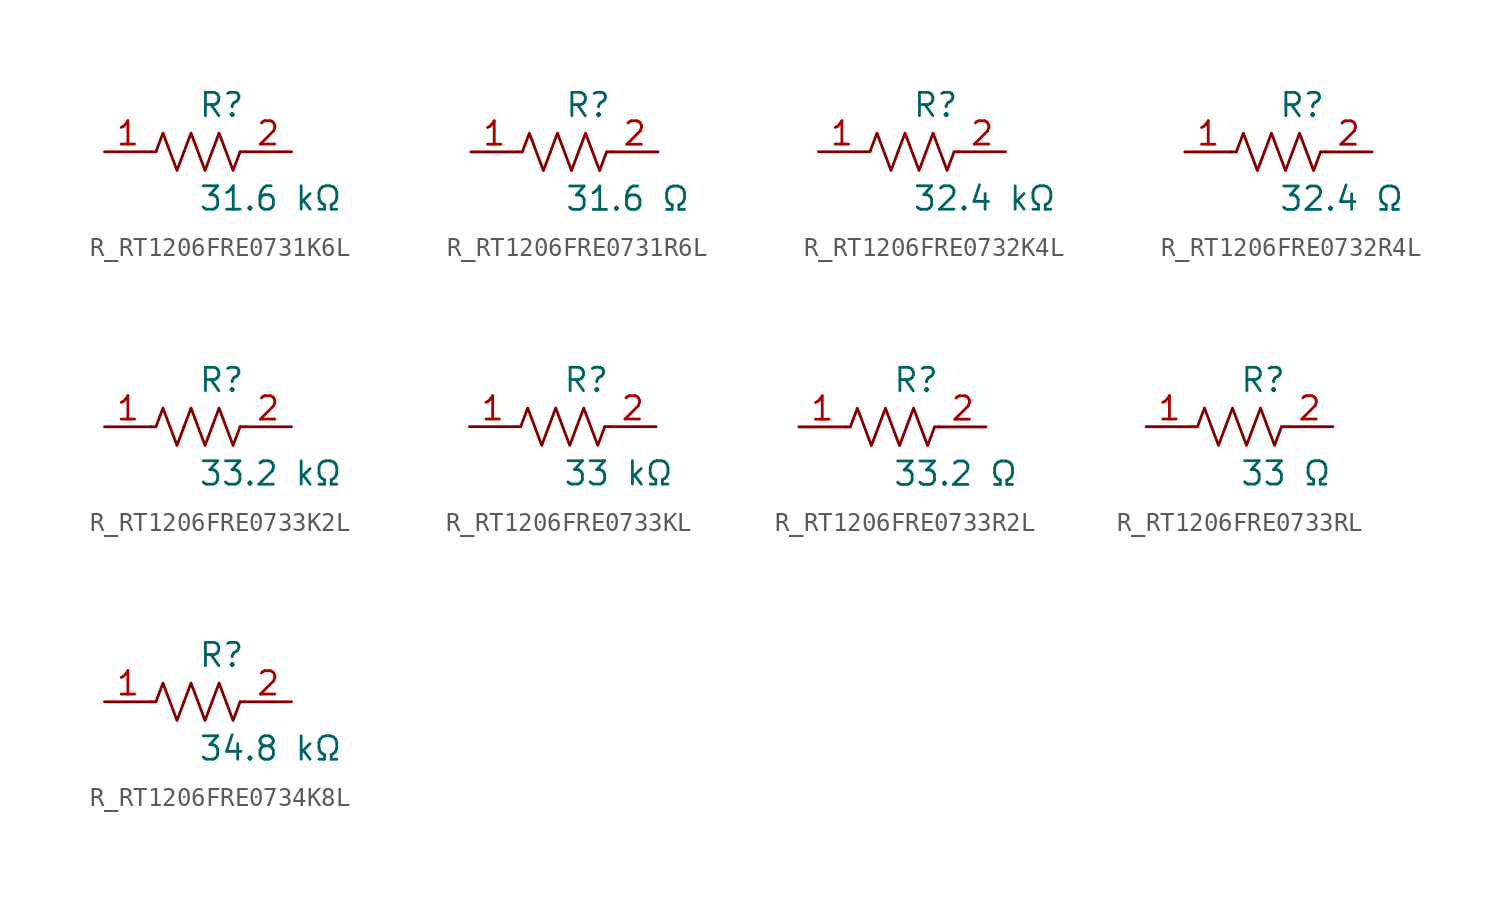
<source format=kicad_sym>
(kicad_symbol_lib
  (version 20231120)
  (generator kicad_symbol_editor)
  (generator_version 8.0)
  (symbol "R_RT1206FRE0731K6L"
    (pin_names
      (offset 0.254))
    (property "Reference" "R"
      (at 0 2.54 0)
      (effects (font (size 1.27 1.27)) (justify left)))
    (property "Value" "31.6 kΩ"
      (at 0 -2.54 0)
      (effects (font (size 1.27 1.27)) (justify left)))
    (symbol "R_RT1206FRE0731K6L_0_1"
      (polyline (pts (xy 2.286 0) (xy 2.54 0)) (stroke (width 0) (type default)) (fill (type none)))
      (polyline (pts (xy -2.286 0) (xy -2.54 0)) (stroke (width 0) (type default)) (fill (type none)))
      (polyline (pts (xy 0.762 0) (xy 1.143 1.016) (xy 1.524 0) (xy 1.905 -1.016) (xy 2.286 0)) (stroke (width 0) (type default)) (fill (type none)))
      (polyline (pts (xy -0.762 0) (xy -0.381 1.016) (xy 0 0) (xy 0.381 -1.016) (xy 0.762 0)) (stroke (width 0) (type default)) (fill (type none)))
      (polyline (pts (xy -2.286 0) (xy -1.905 1.016) (xy -1.524 0) (xy -1.143 -1.016) (xy -0.762 0)) (stroke (width 0) (type default)) (fill (type none))))
    (pin unspecified line
      (at -5.08 0 0)
      (length 2.54)
      (name "" (effects (font (size 1.27 1.27))))
      (number "1" (effects (font (size 1.27 1.27)))))
    (pin unspecified line
      (at 5.08 0 180)
      (length 2.54)
      (name "" (effects (font (size 1.27 1.27))))
      (number "2" (effects (font (size 1.27 1.27))))))
  (symbol "R_RT1206FRE0731R6L"
    (pin_names
      (offset 0.254))
    (property "Reference" "R"
      (at 0 2.54 0)
      (effects (font (size 1.27 1.27)) (justify left)))
    (property "Value" "31.6 Ω"
      (at 0 -2.54 0)
      (effects (font (size 1.27 1.27)) (justify left)))
    (symbol "R_RT1206FRE0731R6L_0_1"
      (polyline (pts (xy 2.286 0) (xy 2.54 0)) (stroke (width 0) (type default)) (fill (type none)))
      (polyline (pts (xy -2.286 0) (xy -2.54 0)) (stroke (width 0) (type default)) (fill (type none)))
      (polyline (pts (xy 0.762 0) (xy 1.143 1.016) (xy 1.524 0) (xy 1.905 -1.016) (xy 2.286 0)) (stroke (width 0) (type default)) (fill (type none)))
      (polyline (pts (xy -0.762 0) (xy -0.381 1.016) (xy 0 0) (xy 0.381 -1.016) (xy 0.762 0)) (stroke (width 0) (type default)) (fill (type none)))
      (polyline (pts (xy -2.286 0) (xy -1.905 1.016) (xy -1.524 0) (xy -1.143 -1.016) (xy -0.762 0)) (stroke (width 0) (type default)) (fill (type none))))
    (pin unspecified line
      (at -5.08 0 0)
      (length 2.54)
      (name "" (effects (font (size 1.27 1.27))))
      (number "1" (effects (font (size 1.27 1.27)))))
    (pin unspecified line
      (at 5.08 0 180)
      (length 2.54)
      (name "" (effects (font (size 1.27 1.27))))
      (number "2" (effects (font (size 1.27 1.27))))))
  (symbol "R_RT1206FRE0732K4L"
    (pin_names
      (offset 0.254))
    (property "Reference" "R"
      (at 0 2.54 0)
      (effects (font (size 1.27 1.27)) (justify left)))
    (property "Value" "32.4 kΩ"
      (at 0 -2.54 0)
      (effects (font (size 1.27 1.27)) (justify left)))
    (symbol "R_RT1206FRE0732K4L_0_1"
      (polyline (pts (xy 2.286 0) (xy 2.54 0)) (stroke (width 0) (type default)) (fill (type none)))
      (polyline (pts (xy -2.286 0) (xy -2.54 0)) (stroke (width 0) (type default)) (fill (type none)))
      (polyline (pts (xy 0.762 0) (xy 1.143 1.016) (xy 1.524 0) (xy 1.905 -1.016) (xy 2.286 0)) (stroke (width 0) (type default)) (fill (type none)))
      (polyline (pts (xy -0.762 0) (xy -0.381 1.016) (xy 0 0) (xy 0.381 -1.016) (xy 0.762 0)) (stroke (width 0) (type default)) (fill (type none)))
      (polyline (pts (xy -2.286 0) (xy -1.905 1.016) (xy -1.524 0) (xy -1.143 -1.016) (xy -0.762 0)) (stroke (width 0) (type default)) (fill (type none))))
    (pin unspecified line
      (at -5.08 0 0)
      (length 2.54)
      (name "" (effects (font (size 1.27 1.27))))
      (number "1" (effects (font (size 1.27 1.27)))))
    (pin unspecified line
      (at 5.08 0 180)
      (length 2.54)
      (name "" (effects (font (size 1.27 1.27))))
      (number "2" (effects (font (size 1.27 1.27))))))
  (symbol "R_RT1206FRE0732R4L"
    (pin_names
      (offset 0.254))
    (property "Reference" "R"
      (at 0 2.54 0)
      (effects (font (size 1.27 1.27)) (justify left)))
    (property "Value" "32.4 Ω"
      (at 0 -2.54 0)
      (effects (font (size 1.27 1.27)) (justify left)))
    (symbol "R_RT1206FRE0732R4L_0_1"
      (polyline (pts (xy 2.286 0) (xy 2.54 0)) (stroke (width 0) (type default)) (fill (type none)))
      (polyline (pts (xy -2.286 0) (xy -2.54 0)) (stroke (width 0) (type default)) (fill (type none)))
      (polyline (pts (xy 0.762 0) (xy 1.143 1.016) (xy 1.524 0) (xy 1.905 -1.016) (xy 2.286 0)) (stroke (width 0) (type default)) (fill (type none)))
      (polyline (pts (xy -0.762 0) (xy -0.381 1.016) (xy 0 0) (xy 0.381 -1.016) (xy 0.762 0)) (stroke (width 0) (type default)) (fill (type none)))
      (polyline (pts (xy -2.286 0) (xy -1.905 1.016) (xy -1.524 0) (xy -1.143 -1.016) (xy -0.762 0)) (stroke (width 0) (type default)) (fill (type none))))
    (pin unspecified line
      (at -5.08 0 0)
      (length 2.54)
      (name "" (effects (font (size 1.27 1.27))))
      (number "1" (effects (font (size 1.27 1.27)))))
    (pin unspecified line
      (at 5.08 0 180)
      (length 2.54)
      (name "" (effects (font (size 1.27 1.27))))
      (number "2" (effects (font (size 1.27 1.27))))))
  (symbol "R_RT1206FRE0733K2L"
    (pin_names
      (offset 0.254))
    (property "Reference" "R"
      (at 0 2.54 0)
      (effects (font (size 1.27 1.27)) (justify left)))
    (property "Value" "33.2 kΩ"
      (at 0 -2.54 0)
      (effects (font (size 1.27 1.27)) (justify left)))
    (symbol "R_RT1206FRE0733K2L_0_1"
      (polyline (pts (xy 2.286 0) (xy 2.54 0)) (stroke (width 0) (type default)) (fill (type none)))
      (polyline (pts (xy -2.286 0) (xy -2.54 0)) (stroke (width 0) (type default)) (fill (type none)))
      (polyline (pts (xy 0.762 0) (xy 1.143 1.016) (xy 1.524 0) (xy 1.905 -1.016) (xy 2.286 0)) (stroke (width 0) (type default)) (fill (type none)))
      (polyline (pts (xy -0.762 0) (xy -0.381 1.016) (xy 0 0) (xy 0.381 -1.016) (xy 0.762 0)) (stroke (width 0) (type default)) (fill (type none)))
      (polyline (pts (xy -2.286 0) (xy -1.905 1.016) (xy -1.524 0) (xy -1.143 -1.016) (xy -0.762 0)) (stroke (width 0) (type default)) (fill (type none))))
    (pin unspecified line
      (at -5.08 0 0)
      (length 2.54)
      (name "" (effects (font (size 1.27 1.27))))
      (number "1" (effects (font (size 1.27 1.27)))))
    (pin unspecified line
      (at 5.08 0 180)
      (length 2.54)
      (name "" (effects (font (size 1.27 1.27))))
      (number "2" (effects (font (size 1.27 1.27))))))
  (symbol "R_RT1206FRE0733KL"
    (pin_names
      (offset 0.254))
    (property "Reference" "R"
      (at 0 2.54 0)
      (effects (font (size 1.27 1.27)) (justify left)))
    (property "Value" "33 kΩ"
      (at 0 -2.54 0)
      (effects (font (size 1.27 1.27)) (justify left)))
    (symbol "R_RT1206FRE0733KL_0_1"
      (polyline (pts (xy 2.286 0) (xy 2.54 0)) (stroke (width 0) (type default)) (fill (type none)))
      (polyline (pts (xy -2.286 0) (xy -2.54 0)) (stroke (width 0) (type default)) (fill (type none)))
      (polyline (pts (xy 0.762 0) (xy 1.143 1.016) (xy 1.524 0) (xy 1.905 -1.016) (xy 2.286 0)) (stroke (width 0) (type default)) (fill (type none)))
      (polyline (pts (xy -0.762 0) (xy -0.381 1.016) (xy 0 0) (xy 0.381 -1.016) (xy 0.762 0)) (stroke (width 0) (type default)) (fill (type none)))
      (polyline (pts (xy -2.286 0) (xy -1.905 1.016) (xy -1.524 0) (xy -1.143 -1.016) (xy -0.762 0)) (stroke (width 0) (type default)) (fill (type none))))
    (pin unspecified line
      (at -5.08 0 0)
      (length 2.54)
      (name "" (effects (font (size 1.27 1.27))))
      (number "1" (effects (font (size 1.27 1.27)))))
    (pin unspecified line
      (at 5.08 0 180)
      (length 2.54)
      (name "" (effects (font (size 1.27 1.27))))
      (number "2" (effects (font (size 1.27 1.27))))))
  (symbol "R_RT1206FRE0733R2L"
    (pin_names
      (offset 0.254))
    (property "Reference" "R"
      (at 0 2.54 0)
      (effects (font (size 1.27 1.27)) (justify left)))
    (property "Value" "33.2 Ω"
      (at 0 -2.54 0)
      (effects (font (size 1.27 1.27)) (justify left)))
    (symbol "R_RT1206FRE0733R2L_0_1"
      (polyline (pts (xy 2.286 0) (xy 2.54 0)) (stroke (width 0) (type default)) (fill (type none)))
      (polyline (pts (xy -2.286 0) (xy -2.54 0)) (stroke (width 0) (type default)) (fill (type none)))
      (polyline (pts (xy 0.762 0) (xy 1.143 1.016) (xy 1.524 0) (xy 1.905 -1.016) (xy 2.286 0)) (stroke (width 0) (type default)) (fill (type none)))
      (polyline (pts (xy -0.762 0) (xy -0.381 1.016) (xy 0 0) (xy 0.381 -1.016) (xy 0.762 0)) (stroke (width 0) (type default)) (fill (type none)))
      (polyline (pts (xy -2.286 0) (xy -1.905 1.016) (xy -1.524 0) (xy -1.143 -1.016) (xy -0.762 0)) (stroke (width 0) (type default)) (fill (type none))))
    (pin unspecified line
      (at -5.08 0 0)
      (length 2.54)
      (name "" (effects (font (size 1.27 1.27))))
      (number "1" (effects (font (size 1.27 1.27)))))
    (pin unspecified line
      (at 5.08 0 180)
      (length 2.54)
      (name "" (effects (font (size 1.27 1.27))))
      (number "2" (effects (font (size 1.27 1.27))))))
  (symbol "R_RT1206FRE0733RL"
    (pin_names
      (offset 0.254))
    (property "Reference" "R"
      (at 0 2.54 0)
      (effects (font (size 1.27 1.27)) (justify left)))
    (property "Value" "33 Ω"
      (at 0 -2.54 0)
      (effects (font (size 1.27 1.27)) (justify left)))
    (symbol "R_RT1206FRE0733RL_0_1"
      (polyline (pts (xy 2.286 0) (xy 2.54 0)) (stroke (width 0) (type default)) (fill (type none)))
      (polyline (pts (xy -2.286 0) (xy -2.54 0)) (stroke (width 0) (type default)) (fill (type none)))
      (polyline (pts (xy 0.762 0) (xy 1.143 1.016) (xy 1.524 0) (xy 1.905 -1.016) (xy 2.286 0)) (stroke (width 0) (type default)) (fill (type none)))
      (polyline (pts (xy -0.762 0) (xy -0.381 1.016) (xy 0 0) (xy 0.381 -1.016) (xy 0.762 0)) (stroke (width 0) (type default)) (fill (type none)))
      (polyline (pts (xy -2.286 0) (xy -1.905 1.016) (xy -1.524 0) (xy -1.143 -1.016) (xy -0.762 0)) (stroke (width 0) (type default)) (fill (type none))))
    (pin unspecified line
      (at -5.08 0 0)
      (length 2.54)
      (name "" (effects (font (size 1.27 1.27))))
      (number "1" (effects (font (size 1.27 1.27)))))
    (pin unspecified line
      (at 5.08 0 180)
      (length 2.54)
      (name "" (effects (font (size 1.27 1.27))))
      (number "2" (effects (font (size 1.27 1.27))))))
  (symbol "R_RT1206FRE0734K8L"
    (pin_names
      (offset 0.254))
    (property "Reference" "R"
      (at 0 2.54 0)
      (effects (font (size 1.27 1.27)) (justify left)))
    (property "Value" "34.8 kΩ"
      (at 0 -2.54 0)
      (effects (font (size 1.27 1.27)) (justify left)))
    (symbol "R_RT1206FRE0734K8L_0_1"
      (polyline (pts (xy 2.286 0) (xy 2.54 0)) (stroke (width 0) (type default)) (fill (type none)))
      (polyline (pts (xy -2.286 0) (xy -2.54 0)) (stroke (width 0) (type default)) (fill (type none)))
      (polyline (pts (xy 0.762 0) (xy 1.143 1.016) (xy 1.524 0) (xy 1.905 -1.016) (xy 2.286 0)) (stroke (width 0) (type default)) (fill (type none)))
      (polyline (pts (xy -0.762 0) (xy -0.381 1.016) (xy 0 0) (xy 0.381 -1.016) (xy 0.762 0)) (stroke (width 0) (type default)) (fill (type none)))
      (polyline (pts (xy -2.286 0) (xy -1.905 1.016) (xy -1.524 0) (xy -1.143 -1.016) (xy -0.762 0)) (stroke (width 0) (type default)) (fill (type none))))
    (pin unspecified line
      (at -5.08 0 0)
      (length 2.54)
      (name "" (effects (font (size 1.27 1.27))))
      (number "1" (effects (font (size 1.27 1.27)))))
    (pin unspecified line
      (at 5.08 0 180)
      (length 2.54)
      (name "" (effects (font (size 1.27 1.27))))
      (number "2" (effects (font (size 1.27 1.27)))))))
</source>
